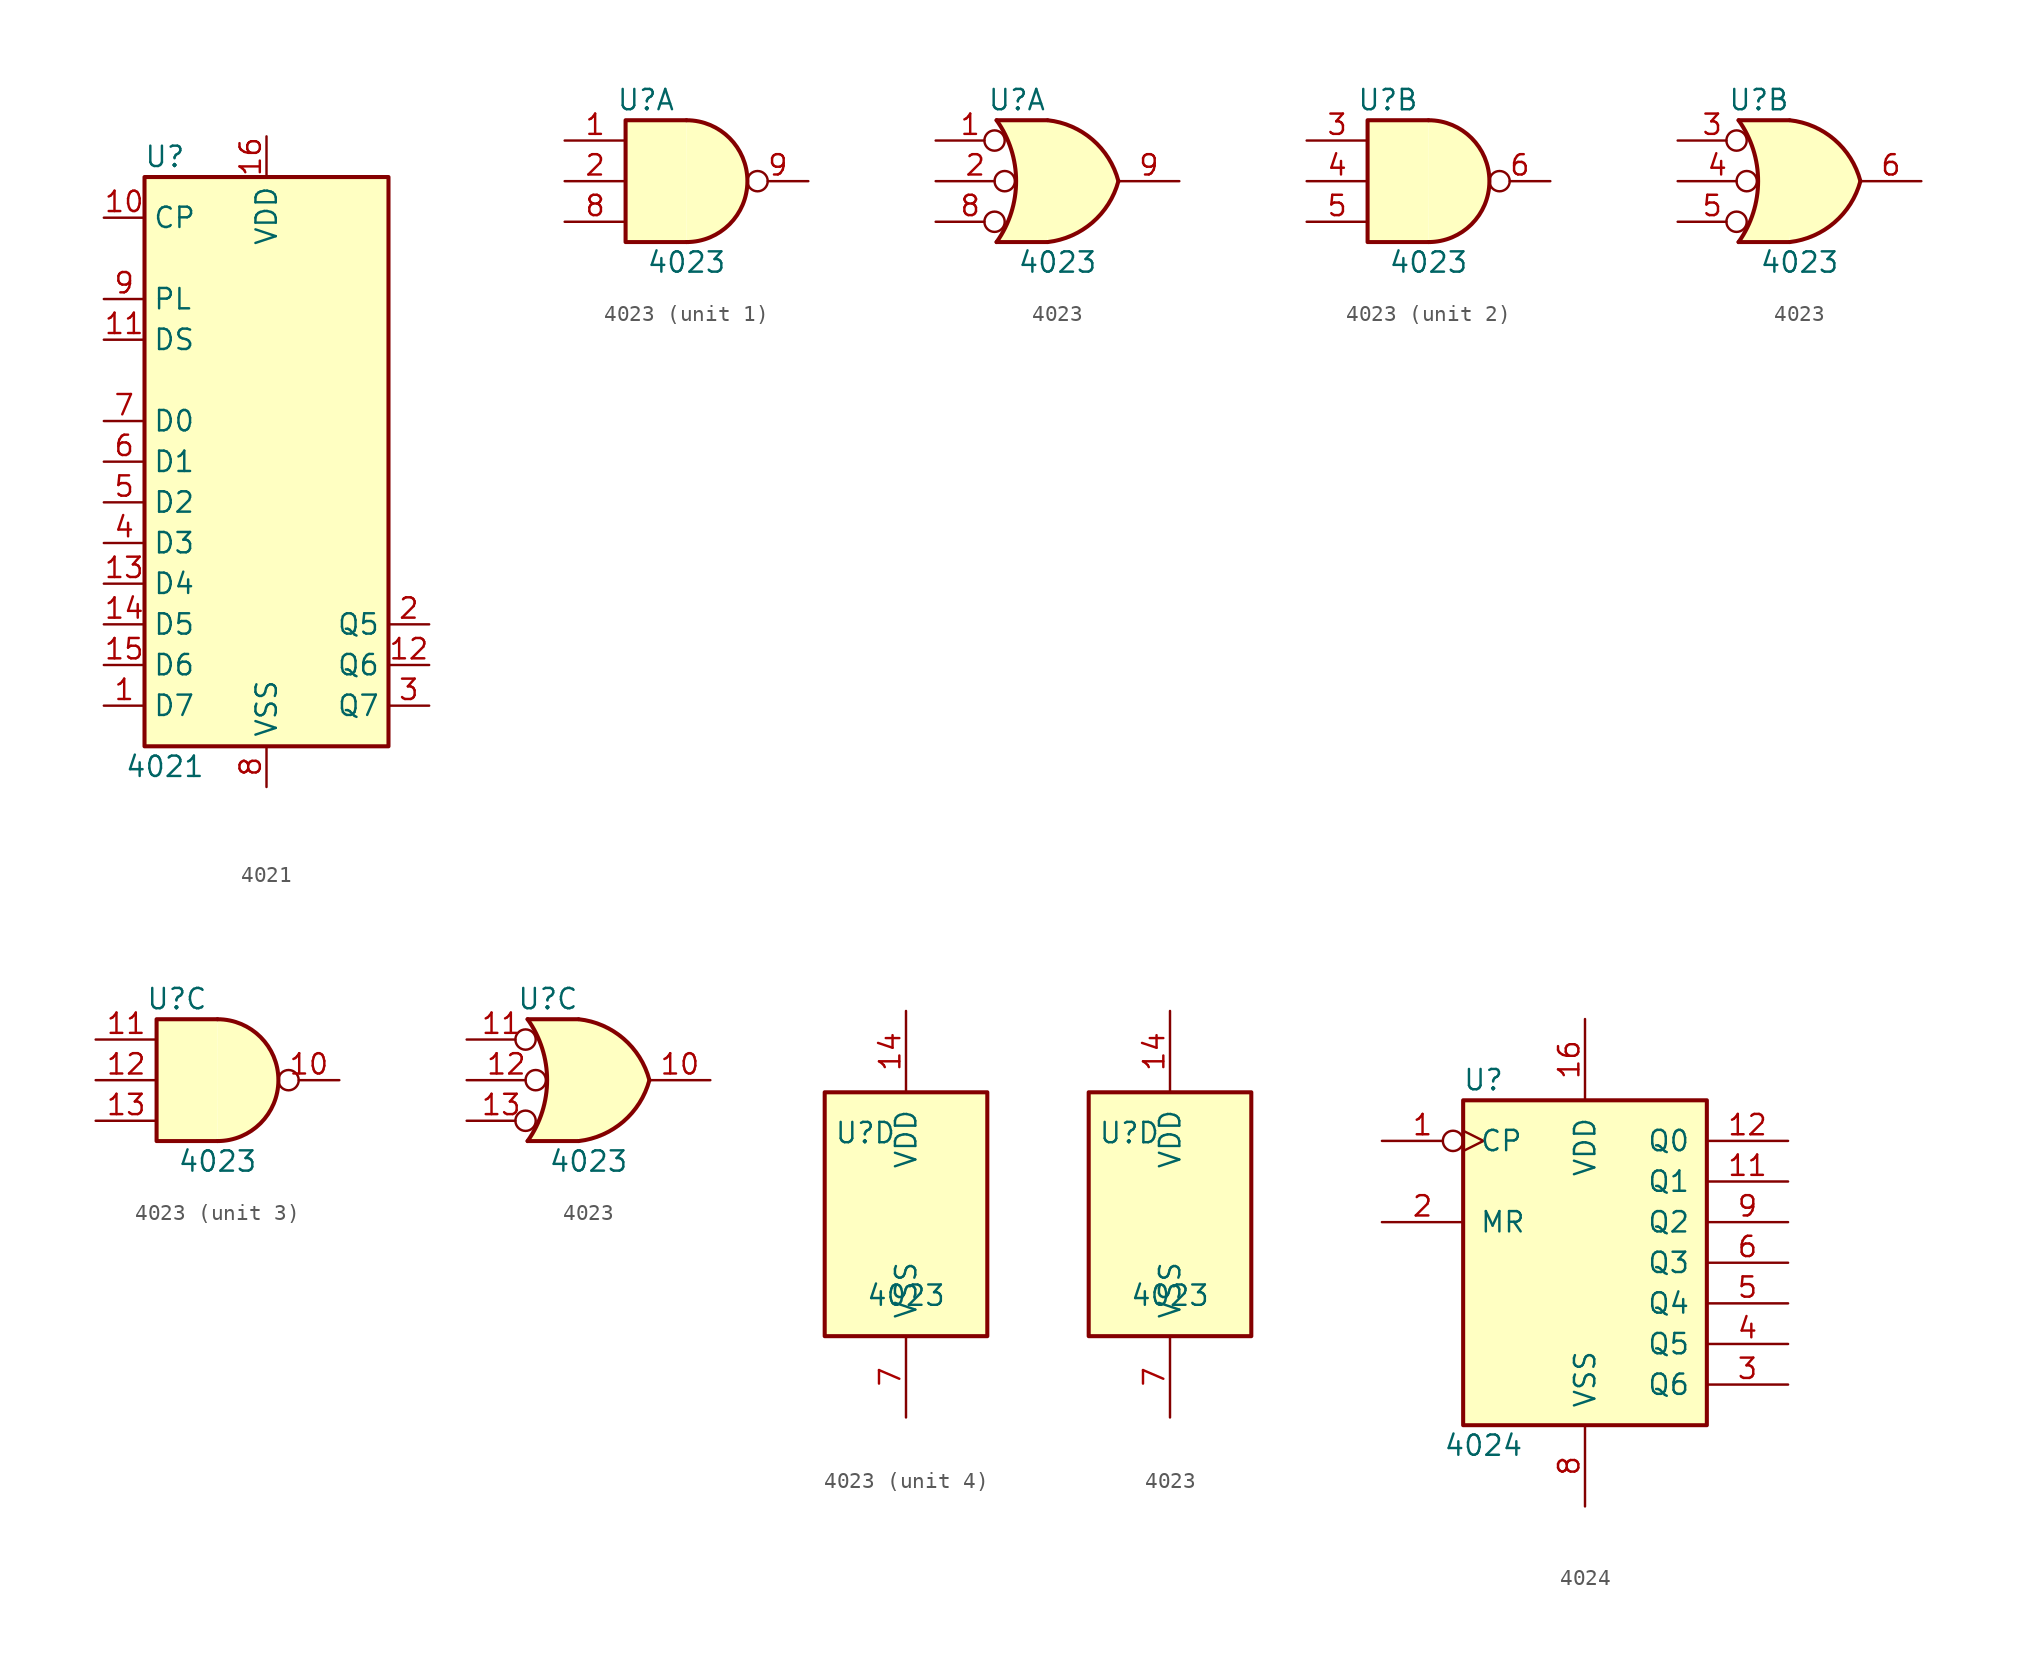
<source format=kicad_sym>
(kicad_symbol_lib
  (version 20211014)
  (generator kicad_symbol_editor)
  (symbol "4021"
    (property "Reference" "U"
      (at -6.35 19.05 0)
      (effects (font (size 1.27 1.27))))
    (property "Value" "4021"
      (at -6.35 -19.05 0)
      (effects (font (size 1.27 1.27))))
    (symbol "4021_0_1"
      (rectangle (start -7.62 17.78) (end 7.62 -17.78) (stroke (width 0.254) (type default) (color 0 0 0 0)) (fill (type background))))
    (symbol "4021_1_1"
      (pin input line (at -10.16 -15.24 0) (length 2.54) (name "D7" (effects (font (size 1.27 1.27)))) (number "1" (effects (font (size 1.27 1.27)))))
      (pin input line (at -10.16 15.24 0) (length 2.54) (name "CP" (effects (font (size 1.27 1.27)))) (number "10" (effects (font (size 1.27 1.27)))))
      (pin input line (at -10.16 7.62 0) (length 2.54) (name "DS" (effects (font (size 1.27 1.27)))) (number "11" (effects (font (size 1.27 1.27)))))
      (pin output line (at 10.16 -12.7 180) (length 2.54) (name "Q6" (effects (font (size 1.27 1.27)))) (number "12" (effects (font (size 1.27 1.27)))))
      (pin input line (at -10.16 -7.62 0) (length 2.54) (name "D4" (effects (font (size 1.27 1.27)))) (number "13" (effects (font (size 1.27 1.27)))))
      (pin input line (at -10.16 -10.16 0) (length 2.54) (name "D5" (effects (font (size 1.27 1.27)))) (number "14" (effects (font (size 1.27 1.27)))))
      (pin input line (at -10.16 -12.7 0) (length 2.54) (name "D6" (effects (font (size 1.27 1.27)))) (number "15" (effects (font (size 1.27 1.27)))))
      (pin power_in line (at 0 20.32 270) (length 2.54) (name "VDD" (effects (font (size 1.27 1.27)))) (number "16" (effects (font (size 1.27 1.27)))))
      (pin output line (at 10.16 -10.16 180) (length 2.54) (name "Q5" (effects (font (size 1.27 1.27)))) (number "2" (effects (font (size 1.27 1.27)))))
      (pin output line (at 10.16 -15.24 180) (length 2.54) (name "Q7" (effects (font (size 1.27 1.27)))) (number "3" (effects (font (size 1.27 1.27)))))
      (pin input line (at -10.16 -5.08 0) (length 2.54) (name "D3" (effects (font (size 1.27 1.27)))) (number "4" (effects (font (size 1.27 1.27)))))
      (pin input line (at -10.16 -2.54 0) (length 2.54) (name "D2" (effects (font (size 1.27 1.27)))) (number "5" (effects (font (size 1.27 1.27)))))
      (pin input line (at -10.16 0 0) (length 2.54) (name "D1" (effects (font (size 1.27 1.27)))) (number "6" (effects (font (size 1.27 1.27)))))
      (pin input line (at -10.16 2.54 0) (length 2.54) (name "D0" (effects (font (size 1.27 1.27)))) (number "7" (effects (font (size 1.27 1.27)))))
      (pin power_in line (at 0 -20.32 90) (length 2.54) (name "VSS" (effects (font (size 1.27 1.27)))) (number "8" (effects (font (size 1.27 1.27)))))
      (pin input line (at -10.16 10.16 0) (length 2.54) (name "PL" (effects (font (size 1.27 1.27)))) (number "9" (effects (font (size 1.27 1.27)))))))
  (symbol "4023"
    (pin_names
      (offset 1.016))
    (property "Reference" "U"
      (at -2.54 5.08 0)
      (effects (font (size 1.27 1.27))))
    (property "Value" "4023"
      (at 0 -5.08 0)
      (effects (font (size 1.27 1.27))))
    (property "ki_locked" ""
      (at 0 0 0)
      (effects (font (size 1.27 1.27))))
    (symbol "4023_1_1"
      (arc (start 0 -3.81) (mid 3.81 0) (end 0 3.81) (stroke (width 0.254) (type default) (color 0 0 0 0)) (fill (type background)))
      (polyline (pts (xy 0 3.81) (xy -3.81 3.81) (xy -3.81 -3.81) (xy 0 -3.81)) (stroke (width 0.254) (type default) (color 0 0 0 0)) (fill (type background)))
      (pin input line (at -7.62 2.54 0) (length 3.81) (name "~" (effects (font (size 1.27 1.27)))) (number "1" (effects (font (size 1.27 1.27)))))
      (pin input line (at -7.62 0 0) (length 3.81) (name "~" (effects (font (size 1.27 1.27)))) (number "2" (effects (font (size 1.27 1.27)))))
      (pin input line (at -7.62 -2.54 0) (length 3.81) (name "~" (effects (font (size 1.27 1.27)))) (number "8" (effects (font (size 1.27 1.27)))))
      (pin output inverted (at 7.62 0 180) (length 3.81) (name "~" (effects (font (size 1.27 1.27)))) (number "9" (effects (font (size 1.27 1.27))))))
    (symbol "4023_1_2"
      (arc (start -3.81 -3.81) (mid -2.589 0) (end -3.81 3.81) (stroke (width 0.254) (type default) (color 0 0 0 0)) (fill (type none)))
      (arc (start -0.6096 -3.81) (mid 2.1842 -2.5851) (end 3.81 0) (stroke (width 0.254) (type default) (color 0 0 0 0)) (fill (type background)))
      (polyline (pts (xy -3.81 -3.81) (xy -0.635 -3.81)) (stroke (width 0.254) (type default) (color 0 0 0 0)) (fill (type background)))
      (polyline (pts (xy -3.81 3.81) (xy -0.635 3.81)) (stroke (width 0.254) (type default) (color 0 0 0 0)) (fill (type background)))
      (polyline (pts (xy -0.635 3.81) (xy -3.81 3.81) (xy -3.81 3.81) (xy -3.556 3.404) (xy -3.023 2.261) (xy -2.692 1.041) (xy -2.616 -0.254) (xy -2.769 -1.499) (xy -3.175 -2.718) (xy -3.81 -3.81) (xy -3.81 -3.81) (xy -0.635 -3.81)) (stroke (width -25.4) (type default) (color 0 0 0 0)) (fill (type background)))
      (arc (start 3.81 0) (mid 2.1915 2.5936) (end -0.6096 3.81) (stroke (width 0.254) (type default) (color 0 0 0 0)) (fill (type background)))
      (pin input inverted (at -7.62 2.54 0) (length 4.318) (name "~" (effects (font (size 1.27 1.27)))) (number "1" (effects (font (size 1.27 1.27)))))
      (pin input inverted (at -7.62 0 0) (length 4.953) (name "~" (effects (font (size 1.27 1.27)))) (number "2" (effects (font (size 1.27 1.27)))))
      (pin input inverted (at -7.62 -2.54 0) (length 4.318) (name "~" (effects (font (size 1.27 1.27)))) (number "8" (effects (font (size 1.27 1.27)))))
      (pin output line (at 7.62 0 180) (length 3.81) (name "~" (effects (font (size 1.27 1.27)))) (number "9" (effects (font (size 1.27 1.27))))))
    (symbol "4023_2_1"
      (arc (start 0 -3.81) (mid 3.81 0) (end 0 3.81) (stroke (width 0.254) (type default) (color 0 0 0 0)) (fill (type background)))
      (polyline (pts (xy 0 3.81) (xy -3.81 3.81) (xy -3.81 -3.81) (xy 0 -3.81)) (stroke (width 0.254) (type default) (color 0 0 0 0)) (fill (type background)))
      (pin input line (at -7.62 2.54 0) (length 3.81) (name "~" (effects (font (size 1.27 1.27)))) (number "3" (effects (font (size 1.27 1.27)))))
      (pin input line (at -7.62 0 0) (length 3.81) (name "~" (effects (font (size 1.27 1.27)))) (number "4" (effects (font (size 1.27 1.27)))))
      (pin input line (at -7.62 -2.54 0) (length 3.81) (name "~" (effects (font (size 1.27 1.27)))) (number "5" (effects (font (size 1.27 1.27)))))
      (pin output inverted (at 7.62 0 180) (length 3.81) (name "~" (effects (font (size 1.27 1.27)))) (number "6" (effects (font (size 1.27 1.27))))))
    (symbol "4023_2_2"
      (arc (start -3.81 -3.81) (mid -2.589 0) (end -3.81 3.81) (stroke (width 0.254) (type default) (color 0 0 0 0)) (fill (type none)))
      (arc (start -0.6096 -3.81) (mid 2.1842 -2.5851) (end 3.81 0) (stroke (width 0.254) (type default) (color 0 0 0 0)) (fill (type background)))
      (polyline (pts (xy -3.81 -3.81) (xy -0.635 -3.81)) (stroke (width 0.254) (type default) (color 0 0 0 0)) (fill (type background)))
      (polyline (pts (xy -3.81 3.81) (xy -0.635 3.81)) (stroke (width 0.254) (type default) (color 0 0 0 0)) (fill (type background)))
      (polyline (pts (xy -0.635 3.81) (xy -3.81 3.81) (xy -3.81 3.81) (xy -3.556 3.404) (xy -3.023 2.261) (xy -2.692 1.041) (xy -2.616 -0.254) (xy -2.769 -1.499) (xy -3.175 -2.718) (xy -3.81 -3.81) (xy -3.81 -3.81) (xy -0.635 -3.81)) (stroke (width -25.4) (type default) (color 0 0 0 0)) (fill (type background)))
      (arc (start 3.81 0) (mid 2.1915 2.5936) (end -0.6096 3.81) (stroke (width 0.254) (type default) (color 0 0 0 0)) (fill (type background)))
      (pin input inverted (at -7.62 2.54 0) (length 4.318) (name "~" (effects (font (size 1.27 1.27)))) (number "3" (effects (font (size 1.27 1.27)))))
      (pin input inverted (at -7.62 0 0) (length 4.953) (name "~" (effects (font (size 1.27 1.27)))) (number "4" (effects (font (size 1.27 1.27)))))
      (pin input inverted (at -7.62 -2.54 0) (length 4.318) (name "~" (effects (font (size 1.27 1.27)))) (number "5" (effects (font (size 1.27 1.27)))))
      (pin output line (at 7.62 0 180) (length 3.81) (name "~" (effects (font (size 1.27 1.27)))) (number "6" (effects (font (size 1.27 1.27))))))
    (symbol "4023_3_1"
      (arc (start 0 -3.81) (mid 3.81 0) (end 0 3.81) (stroke (width 0.254) (type default) (color 0 0 0 0)) (fill (type background)))
      (polyline (pts (xy 0 3.81) (xy -3.81 3.81) (xy -3.81 -3.81) (xy 0 -3.81)) (stroke (width 0.254) (type default) (color 0 0 0 0)) (fill (type background)))
      (pin output inverted (at 7.62 0 180) (length 3.81) (name "~" (effects (font (size 1.27 1.27)))) (number "10" (effects (font (size 1.27 1.27)))))
      (pin input line (at -7.62 2.54 0) (length 3.81) (name "~" (effects (font (size 1.27 1.27)))) (number "11" (effects (font (size 1.27 1.27)))))
      (pin input line (at -7.62 0 0) (length 3.81) (name "~" (effects (font (size 1.27 1.27)))) (number "12" (effects (font (size 1.27 1.27)))))
      (pin input line (at -7.62 -2.54 0) (length 3.81) (name "~" (effects (font (size 1.27 1.27)))) (number "13" (effects (font (size 1.27 1.27))))))
    (symbol "4023_3_2"
      (arc (start -3.81 -3.81) (mid -2.589 0) (end -3.81 3.81) (stroke (width 0.254) (type default) (color 0 0 0 0)) (fill (type none)))
      (arc (start -0.6096 -3.81) (mid 2.1842 -2.5851) (end 3.81 0) (stroke (width 0.254) (type default) (color 0 0 0 0)) (fill (type background)))
      (polyline (pts (xy -3.81 -3.81) (xy -0.635 -3.81)) (stroke (width 0.254) (type default) (color 0 0 0 0)) (fill (type background)))
      (polyline (pts (xy -3.81 3.81) (xy -0.635 3.81)) (stroke (width 0.254) (type default) (color 0 0 0 0)) (fill (type background)))
      (polyline (pts (xy -0.635 3.81) (xy -3.81 3.81) (xy -3.81 3.81) (xy -3.556 3.404) (xy -3.023 2.261) (xy -2.692 1.041) (xy -2.616 -0.254) (xy -2.769 -1.499) (xy -3.175 -2.718) (xy -3.81 -3.81) (xy -3.81 -3.81) (xy -0.635 -3.81)) (stroke (width -25.4) (type default) (color 0 0 0 0)) (fill (type background)))
      (arc (start 3.81 0) (mid 2.1915 2.5936) (end -0.6096 3.81) (stroke (width 0.254) (type default) (color 0 0 0 0)) (fill (type background)))
      (pin output line (at 7.62 0 180) (length 3.81) (name "~" (effects (font (size 1.27 1.27)))) (number "10" (effects (font (size 1.27 1.27)))))
      (pin input inverted (at -7.62 2.54 0) (length 4.318) (name "~" (effects (font (size 1.27 1.27)))) (number "11" (effects (font (size 1.27 1.27)))))
      (pin input inverted (at -7.62 0 0) (length 4.953) (name "~" (effects (font (size 1.27 1.27)))) (number "12" (effects (font (size 1.27 1.27)))))
      (pin input inverted (at -7.62 -2.54 0) (length 4.318) (name "~" (effects (font (size 1.27 1.27)))) (number "13" (effects (font (size 1.27 1.27))))))
    (symbol "4023_4_0"
      (pin power_in line (at 0 12.7 270) (length 5.08) (name "VDD" (effects (font (size 1.27 1.27)))) (number "14" (effects (font (size 1.27 1.27)))))
      (pin power_in line (at 0 -12.7 90) (length 5.08) (name "VSS" (effects (font (size 1.27 1.27)))) (number "7" (effects (font (size 1.27 1.27))))))
    (symbol "4023_4_1"
      (rectangle (start -5.08 7.62) (end 5.08 -7.62) (stroke (width 0.254) (type default) (color 0 0 0 0)) (fill (type background))))
    (symbol "4023_4_2"
      (rectangle (start -5.08 7.62) (end 5.08 -7.62) (stroke (width 0.254) (type default) (color 0 0 0 0)) (fill (type background)))))
  (symbol "4024"
    (pin_names
      (offset 1.016))
    (property "Reference" "U"
      (at -6.35 11.43 0)
      (effects (font (size 1.27 1.27))))
    (property "Value" "4024"
      (at -6.35 -11.43 0)
      (effects (font (size 1.27 1.27))))
    (symbol "4024_1_0"
      (pin input inverted_clock (at -12.7 7.62 0) (length 5.08) (name "CP" (effects (font (size 1.27 1.27)))) (number "1" (effects (font (size 1.27 1.27)))))
      (pin output line (at 12.7 5.08 180) (length 5.08) (name "Q1" (effects (font (size 1.27 1.27)))) (number "11" (effects (font (size 1.27 1.27)))))
      (pin output line (at 12.7 7.62 180) (length 5.08) (name "Q0" (effects (font (size 1.27 1.27)))) (number "12" (effects (font (size 1.27 1.27)))))
      (pin power_in line (at 0 15.24 270) (length 5.08) (name "VDD" (effects (font (size 1.27 1.27)))) (number "16" (effects (font (size 1.27 1.27)))))
      (pin input line (at -12.7 2.54 0) (length 5.08) (name "MR" (effects (font (size 1.27 1.27)))) (number "2" (effects (font (size 1.27 1.27)))))
      (pin output line (at 12.7 -7.62 180) (length 5.08) (name "Q6" (effects (font (size 1.27 1.27)))) (number "3" (effects (font (size 1.27 1.27)))))
      (pin output line (at 12.7 -5.08 180) (length 5.08) (name "Q5" (effects (font (size 1.27 1.27)))) (number "4" (effects (font (size 1.27 1.27)))))
      (pin output line (at 12.7 -2.54 180) (length 5.08) (name "Q4" (effects (font (size 1.27 1.27)))) (number "5" (effects (font (size 1.27 1.27)))))
      (pin output line (at 12.7 0 180) (length 5.08) (name "Q3" (effects (font (size 1.27 1.27)))) (number "6" (effects (font (size 1.27 1.27)))))
      (pin power_in line (at 0 -15.24 90) (length 5.08) (name "VSS" (effects (font (size 1.27 1.27)))) (number "8" (effects (font (size 1.27 1.27)))))
      (pin output line (at 12.7 2.54 180) (length 5.08) (name "Q2" (effects (font (size 1.27 1.27)))) (number "9" (effects (font (size 1.27 1.27))))))
    (symbol "4024_1_1"
      (rectangle (start -7.62 10.16) (end 7.62 -10.16) (stroke (width 0.254) (type default) (color 0 0 0 0)) (fill (type background))))))
</source>
